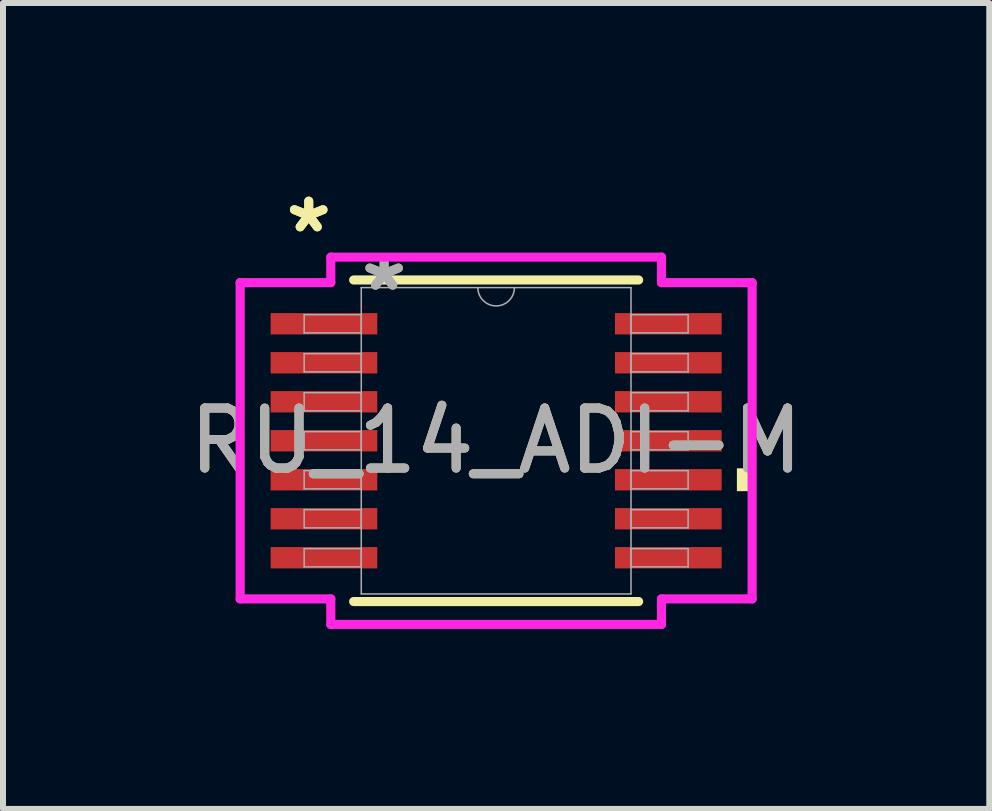
<source format=kicad_pcb>
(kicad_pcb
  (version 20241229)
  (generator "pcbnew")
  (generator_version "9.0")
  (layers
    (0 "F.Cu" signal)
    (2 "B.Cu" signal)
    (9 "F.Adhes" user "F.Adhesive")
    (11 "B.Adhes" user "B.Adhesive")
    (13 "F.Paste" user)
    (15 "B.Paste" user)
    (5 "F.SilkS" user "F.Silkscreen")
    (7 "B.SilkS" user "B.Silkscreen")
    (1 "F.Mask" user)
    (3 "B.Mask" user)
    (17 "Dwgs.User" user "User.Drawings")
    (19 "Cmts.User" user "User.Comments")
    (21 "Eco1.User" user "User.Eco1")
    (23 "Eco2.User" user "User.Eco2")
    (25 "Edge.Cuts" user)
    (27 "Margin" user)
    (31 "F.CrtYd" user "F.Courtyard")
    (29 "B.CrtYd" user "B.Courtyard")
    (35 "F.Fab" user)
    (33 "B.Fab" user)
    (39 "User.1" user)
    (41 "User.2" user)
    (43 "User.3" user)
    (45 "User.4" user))
  (footprint "RU_14_ADI-M"
    (layer "F.Cu")
    (at 5.22 4.297)
    (property "Reference" "RU_14_ADI-M" (at 0 0 0) (unlocked yes) (layer "F.SilkS") (effects (font (size 1 1) (thickness 0.15))))
    (attr smd)
    (fp_line (start -2.375 2.68) (end 2.375 2.68) (stroke (width 0.152) (type solid)) (layer "F.SilkS"))
    (fp_line (start 2.375 -2.68) (end -2.375 -2.68) (stroke (width 0.152) (type solid)) (layer "F.SilkS"))
    (fp_poly (pts (xy 4.267 0.459) (xy 4.267 0.84) (xy 4.013 0.84) (xy 4.013 0.459)) (stroke (width 0) (type solid)) (fill yes) (layer "F.SilkS"))
    (fp_line (start -4.267 -2.636) (end -2.756 -2.636) (stroke (width 0.152) (type solid)) (layer "F.CrtYd"))
    (fp_line (start -4.267 2.636) (end -4.267 -2.636) (stroke (width 0.152) (type solid)) (layer "F.CrtYd"))
    (fp_line (start -4.267 2.636) (end -2.756 2.636) (stroke (width 0.152) (type solid)) (layer "F.CrtYd"))
    (fp_line (start -2.756 -3.061) (end 2.756 -3.061) (stroke (width 0.152) (type solid)) (layer "F.CrtYd"))
    (fp_line (start -2.756 -2.636) (end -2.756 -3.061) (stroke (width 0.152) (type solid)) (layer "F.CrtYd"))
    (fp_line (start -2.756 3.061) (end -2.756 2.636) (stroke (width 0.152) (type solid)) (layer "F.CrtYd"))
    (fp_line (start 2.756 -3.061) (end 2.756 -2.636) (stroke (width 0.152) (type solid)) (layer "F.CrtYd"))
    (fp_line (start 2.756 2.636) (end 2.756 3.061) (stroke (width 0.152) (type solid)) (layer "F.CrtYd"))
    (fp_line (start 2.756 3.061) (end -2.756 3.061) (stroke (width 0.152) (type solid)) (layer "F.CrtYd"))
    (fp_line (start 4.267 -2.636) (end 2.756 -2.636) (stroke (width 0.152) (type solid)) (layer "F.CrtYd"))
    (fp_line (start 4.267 -2.636) (end 4.267 2.636) (stroke (width 0.152) (type solid)) (layer "F.CrtYd"))
    (fp_line (start 4.267 2.636) (end 2.756 2.636) (stroke (width 0.152) (type solid)) (layer "F.CrtYd"))
    (fp_line (start -3.2 -2.102) (end -3.2 -1.798) (stroke (width 0.025) (type solid)) (layer "F.Fab"))
    (fp_line (start -3.2 -1.798) (end -2.248 -1.798) (stroke (width 0.025) (type solid)) (layer "F.Fab"))
    (fp_line (start -3.2 -1.452) (end -3.2 -1.148) (stroke (width 0.025) (type solid)) (layer "F.Fab"))
    (fp_line (start -3.2 -1.148) (end -2.248 -1.148) (stroke (width 0.025) (type solid)) (layer "F.Fab"))
    (fp_line (start -3.2 -0.802) (end -3.2 -0.498) (stroke (width 0.025) (type solid)) (layer "F.Fab"))
    (fp_line (start -3.2 -0.498) (end -2.248 -0.498) (stroke (width 0.025) (type solid)) (layer "F.Fab"))
    (fp_line (start -3.2 -0.152) (end -3.2 0.152) (stroke (width 0.025) (type solid)) (layer "F.Fab"))
    (fp_line (start -3.2 0.152) (end -2.248 0.152) (stroke (width 0.025) (type solid)) (layer "F.Fab"))
    (fp_line (start -3.2 0.498) (end -3.2 0.802) (stroke (width 0.025) (type solid)) (layer "F.Fab"))
    (fp_line (start -3.2 0.802) (end -2.248 0.802) (stroke (width 0.025) (type solid)) (layer "F.Fab"))
    (fp_line (start -3.2 1.148) (end -3.2 1.452) (stroke (width 0.025) (type solid)) (layer "F.Fab"))
    (fp_line (start -3.2 1.452) (end -2.248 1.452) (stroke (width 0.025) (type solid)) (layer "F.Fab"))
    (fp_line (start -3.2 1.798) (end -3.2 2.102) (stroke (width 0.025) (type solid)) (layer "F.Fab"))
    (fp_line (start -3.2 2.102) (end -2.248 2.102) (stroke (width 0.025) (type solid)) (layer "F.Fab"))
    (fp_line (start -2.248 -2.553) (end -2.248 2.553) (stroke (width 0.025) (type solid)) (layer "F.Fab"))
    (fp_line (start -2.248 -2.102) (end -3.2 -2.102) (stroke (width 0.025) (type solid)) (layer "F.Fab"))
    (fp_line (start -2.248 -1.798) (end -2.248 -2.102) (stroke (width 0.025) (type solid)) (layer "F.Fab"))
    (fp_line (start -2.248 -1.452) (end -3.2 -1.452) (stroke (width 0.025) (type solid)) (layer "F.Fab"))
    (fp_line (start -2.248 -1.148) (end -2.248 -1.452) (stroke (width 0.025) (type solid)) (layer "F.Fab"))
    (fp_line (start -2.248 -0.802) (end -3.2 -0.802) (stroke (width 0.025) (type solid)) (layer "F.Fab"))
    (fp_line (start -2.248 -0.498) (end -2.248 -0.802) (stroke (width 0.025) (type solid)) (layer "F.Fab"))
    (fp_line (start -2.248 -0.152) (end -3.2 -0.152) (stroke (width 0.025) (type solid)) (layer "F.Fab"))
    (fp_line (start -2.248 0.152) (end -2.248 -0.152) (stroke (width 0.025) (type solid)) (layer "F.Fab"))
    (fp_line (start -2.248 0.498) (end -3.2 0.498) (stroke (width 0.025) (type solid)) (layer "F.Fab"))
    (fp_line (start -2.248 0.802) (end -2.248 0.498) (stroke (width 0.025) (type solid)) (layer "F.Fab"))
    (fp_line (start -2.248 1.148) (end -3.2 1.148) (stroke (width 0.025) (type solid)) (layer "F.Fab"))
    (fp_line (start -2.248 1.452) (end -2.248 1.148) (stroke (width 0.025) (type solid)) (layer "F.Fab"))
    (fp_line (start -2.248 1.798) (end -3.2 1.798) (stroke (width 0.025) (type solid)) (layer "F.Fab"))
    (fp_line (start -2.248 2.102) (end -2.248 1.798) (stroke (width 0.025) (type solid)) (layer "F.Fab"))
    (fp_line (start -2.248 2.553) (end 2.248 2.553) (stroke (width 0.025) (type solid)) (layer "F.Fab"))
    (fp_line (start 2.248 -2.553) (end -2.248 -2.553) (stroke (width 0.025) (type solid)) (layer "F.Fab"))
    (fp_line (start 2.248 -2.102) (end 2.248 -1.798) (stroke (width 0.025) (type solid)) (layer "F.Fab"))
    (fp_line (start 2.248 -1.798) (end 3.2 -1.798) (stroke (width 0.025) (type solid)) (layer "F.Fab"))
    (fp_line (start 2.248 -1.452) (end 2.248 -1.148) (stroke (width 0.025) (type solid)) (layer "F.Fab"))
    (fp_line (start 2.248 -1.148) (end 3.2 -1.148) (stroke (width 0.025) (type solid)) (layer "F.Fab"))
    (fp_line (start 2.248 -0.802) (end 2.248 -0.498) (stroke (width 0.025) (type solid)) (layer "F.Fab"))
    (fp_line (start 2.248 -0.498) (end 3.2 -0.498) (stroke (width 0.025) (type solid)) (layer "F.Fab"))
    (fp_line (start 2.248 -0.152) (end 2.248 0.152) (stroke (width 0.025) (type solid)) (layer "F.Fab"))
    (fp_line (start 2.248 0.152) (end 3.2 0.152) (stroke (width 0.025) (type solid)) (layer "F.Fab"))
    (fp_line (start 2.248 0.498) (end 2.248 0.802) (stroke (width 0.025) (type solid)) (layer "F.Fab"))
    (fp_line (start 2.248 0.802) (end 3.2 0.802) (stroke (width 0.025) (type solid)) (layer "F.Fab"))
    (fp_line (start 2.248 1.148) (end 2.248 1.452) (stroke (width 0.025) (type solid)) (layer "F.Fab"))
    (fp_line (start 2.248 1.452) (end 3.2 1.452) (stroke (width 0.025) (type solid)) (layer "F.Fab"))
    (fp_line (start 2.248 1.798) (end 2.248 2.102) (stroke (width 0.025) (type solid)) (layer "F.Fab"))
    (fp_line (start 2.248 2.102) (end 3.2 2.102) (stroke (width 0.025) (type solid)) (layer "F.Fab"))
    (fp_line (start 2.248 2.553) (end 2.248 -2.553) (stroke (width 0.025) (type solid)) (layer "F.Fab"))
    (fp_line (start 3.2 -2.102) (end 2.248 -2.102) (stroke (width 0.025) (type solid)) (layer "F.Fab"))
    (fp_line (start 3.2 -1.798) (end 3.2 -2.102) (stroke (width 0.025) (type solid)) (layer "F.Fab"))
    (fp_line (start 3.2 -1.452) (end 2.248 -1.452) (stroke (width 0.025) (type solid)) (layer "F.Fab"))
    (fp_line (start 3.2 -1.148) (end 3.2 -1.452) (stroke (width 0.025) (type solid)) (layer "F.Fab"))
    (fp_line (start 3.2 -0.802) (end 2.248 -0.802) (stroke (width 0.025) (type solid)) (layer "F.Fab"))
    (fp_line (start 3.2 -0.498) (end 3.2 -0.802) (stroke (width 0.025) (type solid)) (layer "F.Fab"))
    (fp_line (start 3.2 -0.152) (end 2.248 -0.152) (stroke (width 0.025) (type solid)) (layer "F.Fab"))
    (fp_line (start 3.2 0.152) (end 3.2 -0.152) (stroke (width 0.025) (type solid)) (layer "F.Fab"))
    (fp_line (start 3.2 0.498) (end 2.248 0.498) (stroke (width 0.025) (type solid)) (layer "F.Fab"))
    (fp_line (start 3.2 0.802) (end 3.2 0.498) (stroke (width 0.025) (type solid)) (layer "F.Fab"))
    (fp_line (start 3.2 1.148) (end 2.248 1.148) (stroke (width 0.025) (type solid)) (layer "F.Fab"))
    (fp_line (start 3.2 1.452) (end 3.2 1.148) (stroke (width 0.025) (type solid)) (layer "F.Fab"))
    (fp_line (start 3.2 1.798) (end 2.248 1.798) (stroke (width 0.025) (type solid)) (layer "F.Fab"))
    (fp_line (start 3.2 2.102) (end 3.2 1.798) (stroke (width 0.025) (type solid)) (layer "F.Fab"))
    (fp_arc (start 0.3048 -2.5527) (mid 0 -2.2479) (end -0.3048 -2.5527) (stroke (width 0.0254) (type solid)) (layer "F.Fab"))
    (fp_text user "*" (at -3.124 -3.449 0) (unlocked yes) (layer "F.SilkS") (effects (font (size 1 1) (thickness 0.15))))
    (fp_text user "*" (at -3.124 -3.449 0) (layer "F.SilkS") (effects (font (size 1 1) (thickness 0.15))))
    (fp_text user "*" (at -1.867 -2.477 0) (unlocked yes) (layer "F.Fab") (effects (font (size 1 1) (thickness 0.15))))
    (fp_text user "*" (at -1.867 -2.477 0) (layer "F.Fab") (effects (font (size 1 1) (thickness 0.15))))
    (fp_text user "${REFERENCE}" (at 0 0 0) (unlocked yes) (layer "F.Fab") (effects (font (size 1 1) (thickness 0.15))))
    (pad "1" smd rect (at -2.87 -1.95) (size 1.778 0.356) (layers "F.Cu" "F.Mask" "F.Paste"))
    (pad "2" smd rect (at -2.87 -1.3) (size 1.778 0.356) (layers "F.Cu" "F.Mask" "F.Paste"))
    (pad "3" smd rect (at -2.87 -0.65) (size 1.778 0.356) (layers "F.Cu" "F.Mask" "F.Paste"))
    (pad "4" smd rect (at -2.87 0) (size 1.778 0.356) (layers "F.Cu" "F.Mask" "F.Paste"))
    (pad "5" smd rect (at -2.87 0.65) (size 1.778 0.356) (layers "F.Cu" "F.Mask" "F.Paste"))
    (pad "6" smd rect (at -2.87 1.3) (size 1.778 0.356) (layers "F.Cu" "F.Mask" "F.Paste"))
    (pad "7" smd rect (at -2.87 1.95) (size 1.778 0.356) (layers "F.Cu" "F.Mask" "F.Paste"))
    (pad "8" smd rect (at 2.87 1.95) (size 1.778 0.356) (layers "F.Cu" "F.Mask" "F.Paste"))
    (pad "9" smd rect (at 2.87 1.3) (size 1.778 0.356) (layers "F.Cu" "F.Mask" "F.Paste"))
    (pad "10" smd rect (at 2.87 0.65) (size 1.778 0.356) (layers "F.Cu" "F.Mask" "F.Paste"))
    (pad "11" smd rect (at 2.87 0) (size 1.778 0.356) (layers "F.Cu" "F.Mask" "F.Paste"))
    (pad "12" smd rect (at 2.87 -0.65) (size 1.778 0.356) (layers "F.Cu" "F.Mask" "F.Paste"))
    (pad "13" smd rect (at 2.87 -1.3) (size 1.778 0.356) (layers "F.Cu" "F.Mask" "F.Paste"))
    (pad "14" smd rect (at 2.87 -1.95) (size 1.778 0.356) (layers "F.Cu" "F.Mask" "F.Paste")))
  (gr_rect
    (start -3 -3)
    (end 13.44 10.434)
    (stroke (width 0.1) (type default))
    (fill no)
    (layer "Edge.Cuts")))
</source>
